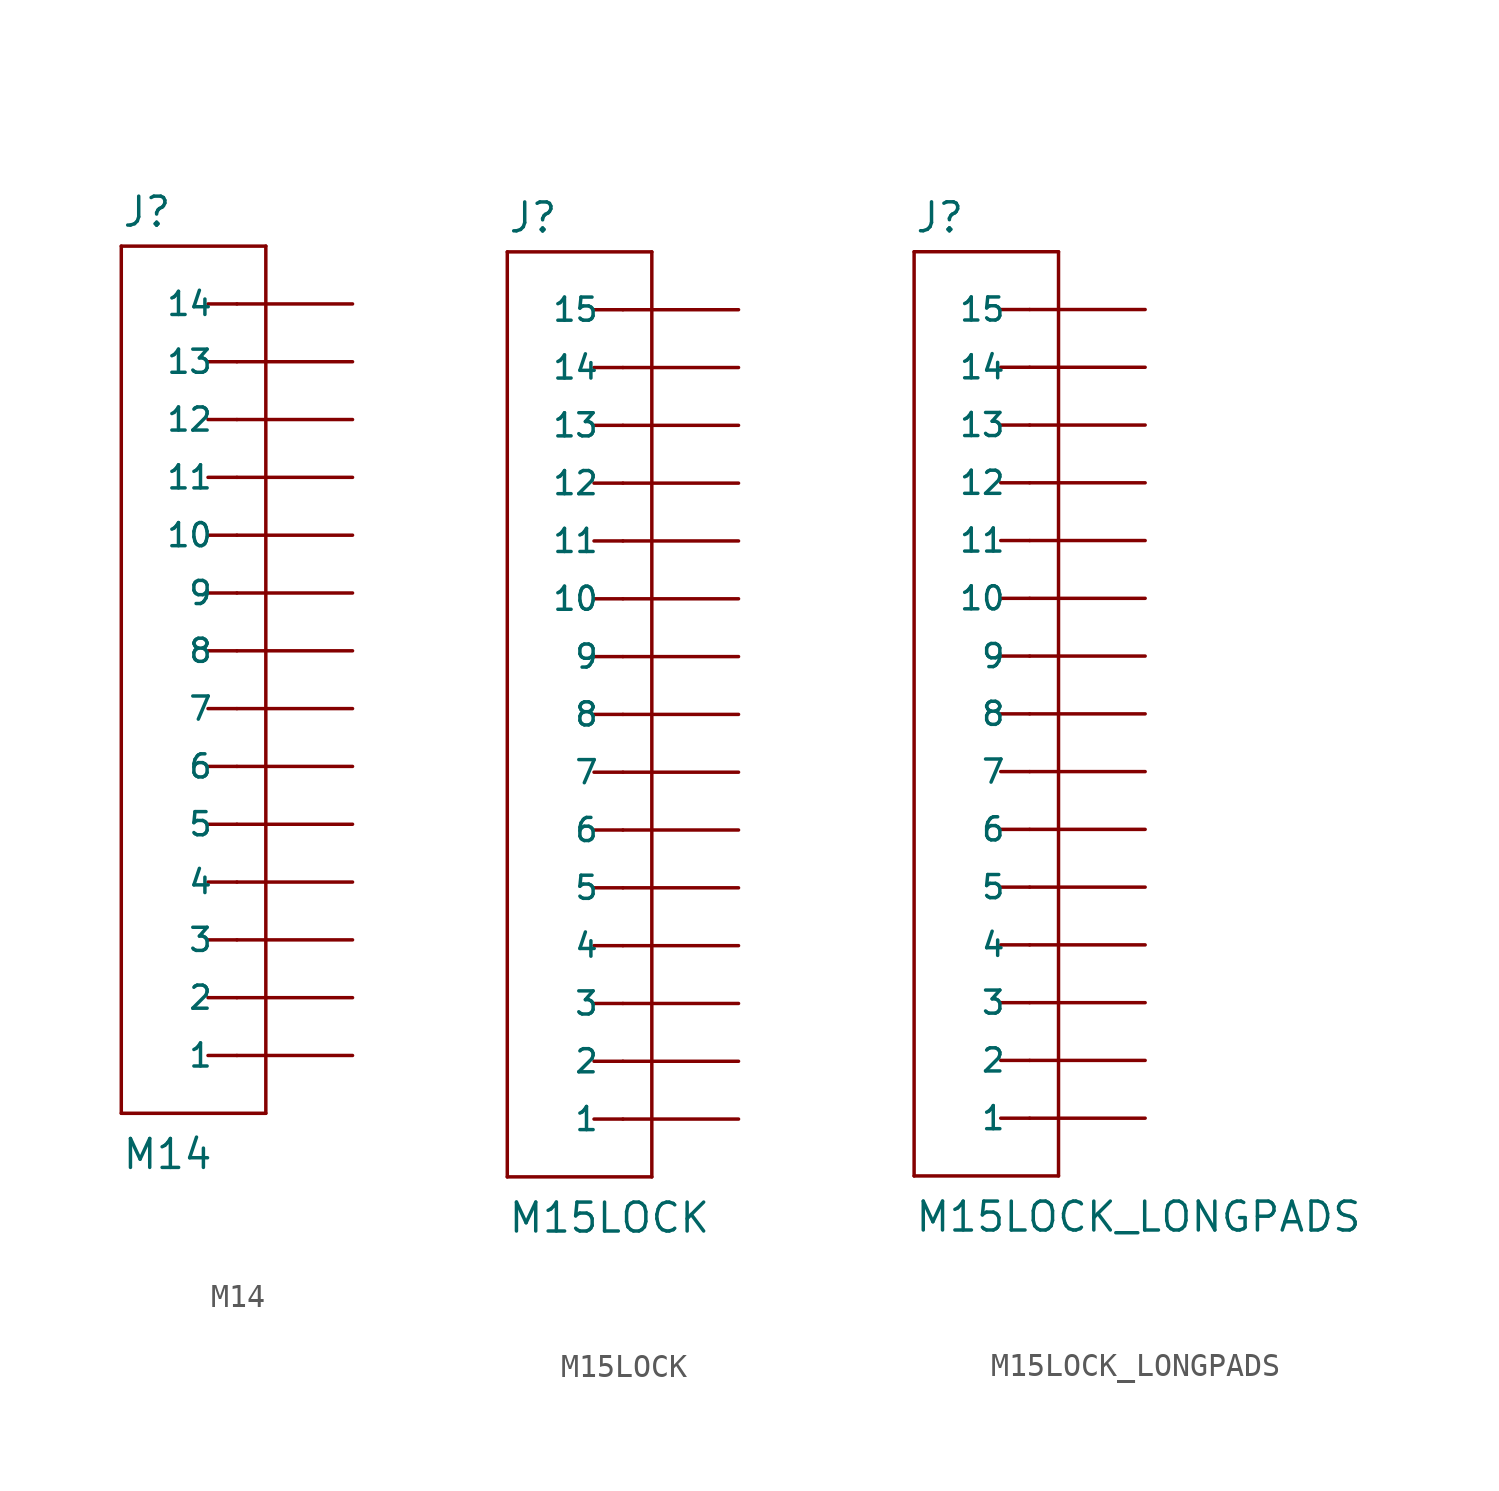
<source format=kicad_sym>
(kicad_symbol_lib
  (version 20211014)
  (generator kicad_symbol_editor)
  (symbol "M14"
    (pin_numbers hide)
    (pin_names
      (offset 1.016))
    (property "Reference" "J"
      (at 0 18.542 0)
      (effects (font (size 1.27 1.27)) (justify left bottom)))
    (property "Value" "M14"
      (at 0 -22.86 0)
      (effects (font (size 1.27 1.27)) (justify left bottom)))
    (property "Datasheet" ""
      (at 0 0 0)
      (effects (font (size 1.524 1.524))))
    (property "ki_locked" ""
      (at 0 0 0)
      (effects (font (size 1.27 1.27))))
    (symbol "M14_1_0"
      (polyline (pts (xy 0 17.78) (xy 0 -20.32)) (stroke (width 0) (type default) (color 0 0 0 0)) (fill (type none)))
      (polyline (pts (xy 0 17.78) (xy 6.35 17.78)) (stroke (width 0) (type default) (color 0 0 0 0)) (fill (type none)))
      (polyline (pts (xy 3.81 -17.78) (xy 5.08 -17.78)) (stroke (width 0) (type default) (color 0 0 0 0)) (fill (type none)))
      (polyline (pts (xy 3.81 -15.24) (xy 5.08 -15.24)) (stroke (width 0) (type default) (color 0 0 0 0)) (fill (type none)))
      (polyline (pts (xy 3.81 -12.7) (xy 5.08 -12.7)) (stroke (width 0) (type default) (color 0 0 0 0)) (fill (type none)))
      (polyline (pts (xy 3.81 -10.16) (xy 5.08 -10.16)) (stroke (width 0) (type default) (color 0 0 0 0)) (fill (type none)))
      (polyline (pts (xy 3.81 -7.62) (xy 5.08 -7.62)) (stroke (width 0) (type default) (color 0 0 0 0)) (fill (type none)))
      (polyline (pts (xy 3.81 -5.08) (xy 5.08 -5.08)) (stroke (width 0) (type default) (color 0 0 0 0)) (fill (type none)))
      (polyline (pts (xy 3.81 -2.54) (xy 5.08 -2.54)) (stroke (width 0) (type default) (color 0 0 0 0)) (fill (type none)))
      (polyline (pts (xy 3.81 0) (xy 5.08 0)) (stroke (width 0) (type default) (color 0 0 0 0)) (fill (type none)))
      (polyline (pts (xy 3.81 2.54) (xy 5.08 2.54)) (stroke (width 0) (type default) (color 0 0 0 0)) (fill (type none)))
      (polyline (pts (xy 3.81 5.08) (xy 5.08 5.08)) (stroke (width 0) (type default) (color 0 0 0 0)) (fill (type none)))
      (polyline (pts (xy 3.81 7.62) (xy 5.08 7.62)) (stroke (width 0) (type default) (color 0 0 0 0)) (fill (type none)))
      (polyline (pts (xy 3.81 10.16) (xy 5.08 10.16)) (stroke (width 0) (type default) (color 0 0 0 0)) (fill (type none)))
      (polyline (pts (xy 3.81 12.7) (xy 5.08 12.7)) (stroke (width 0) (type default) (color 0 0 0 0)) (fill (type none)))
      (polyline (pts (xy 3.81 15.24) (xy 5.08 15.24)) (stroke (width 0) (type default) (color 0 0 0 0)) (fill (type none)))
      (polyline (pts (xy 6.35 -20.32) (xy 0 -20.32)) (stroke (width 0) (type default) (color 0 0 0 0)) (fill (type none)))
      (polyline (pts (xy 6.35 -20.32) (xy 6.35 17.78)) (stroke (width 0) (type default) (color 0 0 0 0)) (fill (type none))))
    (symbol "M14_1_1"
      (pin passive line (at 10.16 -17.78 180) (length 5.08) (name "1" (effects (font (size 1.016 1.016)))) (number "1" (effects (font (size 1.016 1.016)))))
      (pin passive line (at 10.16 5.08 180) (length 5.08) (name "10" (effects (font (size 1.016 1.016)))) (number "10" (effects (font (size 1.016 1.016)))))
      (pin passive line (at 10.16 7.62 180) (length 5.08) (name "11" (effects (font (size 1.016 1.016)))) (number "11" (effects (font (size 1.016 1.016)))))
      (pin passive line (at 10.16 10.16 180) (length 5.08) (name "12" (effects (font (size 1.016 1.016)))) (number "12" (effects (font (size 1.016 1.016)))))
      (pin passive line (at 10.16 12.7 180) (length 5.08) (name "13" (effects (font (size 1.016 1.016)))) (number "13" (effects (font (size 1.016 1.016)))))
      (pin passive line (at 10.16 15.24 180) (length 5.08) (name "14" (effects (font (size 1.016 1.016)))) (number "14" (effects (font (size 1.016 1.016)))))
      (pin passive line (at 10.16 -15.24 180) (length 5.08) (name "2" (effects (font (size 1.016 1.016)))) (number "2" (effects (font (size 1.016 1.016)))))
      (pin passive line (at 10.16 -12.7 180) (length 5.08) (name "3" (effects (font (size 1.016 1.016)))) (number "3" (effects (font (size 1.016 1.016)))))
      (pin passive line (at 10.16 -10.16 180) (length 5.08) (name "4" (effects (font (size 1.016 1.016)))) (number "4" (effects (font (size 1.016 1.016)))))
      (pin passive line (at 10.16 -7.62 180) (length 5.08) (name "5" (effects (font (size 1.016 1.016)))) (number "5" (effects (font (size 1.016 1.016)))))
      (pin passive line (at 10.16 -5.08 180) (length 5.08) (name "6" (effects (font (size 1.016 1.016)))) (number "6" (effects (font (size 1.016 1.016)))))
      (pin passive line (at 10.16 -2.54 180) (length 5.08) (name "7" (effects (font (size 1.016 1.016)))) (number "7" (effects (font (size 1.016 1.016)))))
      (pin passive line (at 10.16 0 180) (length 5.08) (name "8" (effects (font (size 1.016 1.016)))) (number "8" (effects (font (size 1.016 1.016)))))
      (pin passive line (at 10.16 2.54 180) (length 5.08) (name "9" (effects (font (size 1.016 1.016)))) (number "9" (effects (font (size 1.016 1.016)))))))
  (symbol "M15LOCK"
    (pin_numbers hide)
    (pin_names
      (offset 1.016))
    (property "Reference" "J"
      (at 0 21.082 0)
      (effects (font (size 1.27 1.27)) (justify left bottom)))
    (property "Value" "M15LOCK"
      (at 0 -22.86 0)
      (effects (font (size 1.27 1.27)) (justify left bottom)))
    (property "Datasheet" ""
      (at 0 0 0)
      (effects (font (size 1.524 1.524))))
    (property "ki_locked" ""
      (at 0 0 0)
      (effects (font (size 1.27 1.27))))
    (symbol "M15LOCK_1_0"
      (polyline (pts (xy 0 20.32) (xy 0 -20.32)) (stroke (width 0) (type default) (color 0 0 0 0)) (fill (type none)))
      (polyline (pts (xy 0 20.32) (xy 6.35 20.32)) (stroke (width 0) (type default) (color 0 0 0 0)) (fill (type none)))
      (polyline (pts (xy 3.81 -17.78) (xy 5.08 -17.78)) (stroke (width 0) (type default) (color 0 0 0 0)) (fill (type none)))
      (polyline (pts (xy 3.81 -15.24) (xy 5.08 -15.24)) (stroke (width 0) (type default) (color 0 0 0 0)) (fill (type none)))
      (polyline (pts (xy 3.81 -12.7) (xy 5.08 -12.7)) (stroke (width 0) (type default) (color 0 0 0 0)) (fill (type none)))
      (polyline (pts (xy 3.81 -10.16) (xy 5.08 -10.16)) (stroke (width 0) (type default) (color 0 0 0 0)) (fill (type none)))
      (polyline (pts (xy 3.81 -7.62) (xy 5.08 -7.62)) (stroke (width 0) (type default) (color 0 0 0 0)) (fill (type none)))
      (polyline (pts (xy 3.81 -5.08) (xy 5.08 -5.08)) (stroke (width 0) (type default) (color 0 0 0 0)) (fill (type none)))
      (polyline (pts (xy 3.81 -2.54) (xy 5.08 -2.54)) (stroke (width 0) (type default) (color 0 0 0 0)) (fill (type none)))
      (polyline (pts (xy 3.81 0) (xy 5.08 0)) (stroke (width 0) (type default) (color 0 0 0 0)) (fill (type none)))
      (polyline (pts (xy 3.81 2.54) (xy 5.08 2.54)) (stroke (width 0) (type default) (color 0 0 0 0)) (fill (type none)))
      (polyline (pts (xy 3.81 5.08) (xy 5.08 5.08)) (stroke (width 0) (type default) (color 0 0 0 0)) (fill (type none)))
      (polyline (pts (xy 3.81 7.62) (xy 5.08 7.62)) (stroke (width 0) (type default) (color 0 0 0 0)) (fill (type none)))
      (polyline (pts (xy 3.81 10.16) (xy 5.08 10.16)) (stroke (width 0) (type default) (color 0 0 0 0)) (fill (type none)))
      (polyline (pts (xy 3.81 12.7) (xy 5.08 12.7)) (stroke (width 0) (type default) (color 0 0 0 0)) (fill (type none)))
      (polyline (pts (xy 3.81 15.24) (xy 5.08 15.24)) (stroke (width 0) (type default) (color 0 0 0 0)) (fill (type none)))
      (polyline (pts (xy 3.81 17.78) (xy 5.08 17.78)) (stroke (width 0) (type default) (color 0 0 0 0)) (fill (type none)))
      (polyline (pts (xy 6.35 -20.32) (xy 0 -20.32)) (stroke (width 0) (type default) (color 0 0 0 0)) (fill (type none)))
      (polyline (pts (xy 6.35 -20.32) (xy 6.35 20.32)) (stroke (width 0) (type default) (color 0 0 0 0)) (fill (type none))))
    (symbol "M15LOCK_1_1"
      (pin passive line (at 10.16 -17.78 180) (length 5.08) (name "1" (effects (font (size 1.016 1.016)))) (number "1" (effects (font (size 1.016 1.016)))))
      (pin passive line (at 10.16 5.08 180) (length 5.08) (name "10" (effects (font (size 1.016 1.016)))) (number "10" (effects (font (size 1.016 1.016)))))
      (pin passive line (at 10.16 7.62 180) (length 5.08) (name "11" (effects (font (size 1.016 1.016)))) (number "11" (effects (font (size 1.016 1.016)))))
      (pin passive line (at 10.16 10.16 180) (length 5.08) (name "12" (effects (font (size 1.016 1.016)))) (number "12" (effects (font (size 1.016 1.016)))))
      (pin passive line (at 10.16 12.7 180) (length 5.08) (name "13" (effects (font (size 1.016 1.016)))) (number "13" (effects (font (size 1.016 1.016)))))
      (pin passive line (at 10.16 15.24 180) (length 5.08) (name "14" (effects (font (size 1.016 1.016)))) (number "14" (effects (font (size 1.016 1.016)))))
      (pin passive line (at 10.16 17.78 180) (length 5.08) (name "15" (effects (font (size 1.016 1.016)))) (number "15" (effects (font (size 1.016 1.016)))))
      (pin passive line (at 10.16 -15.24 180) (length 5.08) (name "2" (effects (font (size 1.016 1.016)))) (number "2" (effects (font (size 1.016 1.016)))))
      (pin passive line (at 10.16 -12.7 180) (length 5.08) (name "3" (effects (font (size 1.016 1.016)))) (number "3" (effects (font (size 1.016 1.016)))))
      (pin passive line (at 10.16 -10.16 180) (length 5.08) (name "4" (effects (font (size 1.016 1.016)))) (number "4" (effects (font (size 1.016 1.016)))))
      (pin passive line (at 10.16 -7.62 180) (length 5.08) (name "5" (effects (font (size 1.016 1.016)))) (number "5" (effects (font (size 1.016 1.016)))))
      (pin passive line (at 10.16 -5.08 180) (length 5.08) (name "6" (effects (font (size 1.016 1.016)))) (number "6" (effects (font (size 1.016 1.016)))))
      (pin passive line (at 10.16 -2.54 180) (length 5.08) (name "7" (effects (font (size 1.016 1.016)))) (number "7" (effects (font (size 1.016 1.016)))))
      (pin passive line (at 10.16 0 180) (length 5.08) (name "8" (effects (font (size 1.016 1.016)))) (number "8" (effects (font (size 1.016 1.016)))))
      (pin passive line (at 10.16 2.54 180) (length 5.08) (name "9" (effects (font (size 1.016 1.016)))) (number "9" (effects (font (size 1.016 1.016)))))))
  (symbol "M15LOCK_LONGPADS"
    (pin_numbers hide)
    (pin_names
      (offset 1.016))
    (property "Reference" "J"
      (at 0 21.082 0)
      (effects (font (size 1.27 1.27)) (justify left bottom)))
    (property "Value" "M15LOCK_LONGPADS"
      (at 0 -22.86 0)
      (effects (font (size 1.27 1.27)) (justify left bottom)))
    (property "Datasheet" ""
      (at 0 0 0)
      (effects (font (size 1.524 1.524))))
    (property "ki_locked" ""
      (at 0 0 0)
      (effects (font (size 1.27 1.27))))
    (symbol "M15LOCK_LONGPADS_1_0"
      (polyline (pts (xy 0 20.32) (xy 0 -20.32)) (stroke (width 0) (type default) (color 0 0 0 0)) (fill (type none)))
      (polyline (pts (xy 0 20.32) (xy 6.35 20.32)) (stroke (width 0) (type default) (color 0 0 0 0)) (fill (type none)))
      (polyline (pts (xy 3.81 -17.78) (xy 5.08 -17.78)) (stroke (width 0) (type default) (color 0 0 0 0)) (fill (type none)))
      (polyline (pts (xy 3.81 -15.24) (xy 5.08 -15.24)) (stroke (width 0) (type default) (color 0 0 0 0)) (fill (type none)))
      (polyline (pts (xy 3.81 -12.7) (xy 5.08 -12.7)) (stroke (width 0) (type default) (color 0 0 0 0)) (fill (type none)))
      (polyline (pts (xy 3.81 -10.16) (xy 5.08 -10.16)) (stroke (width 0) (type default) (color 0 0 0 0)) (fill (type none)))
      (polyline (pts (xy 3.81 -7.62) (xy 5.08 -7.62)) (stroke (width 0) (type default) (color 0 0 0 0)) (fill (type none)))
      (polyline (pts (xy 3.81 -5.08) (xy 5.08 -5.08)) (stroke (width 0) (type default) (color 0 0 0 0)) (fill (type none)))
      (polyline (pts (xy 3.81 -2.54) (xy 5.08 -2.54)) (stroke (width 0) (type default) (color 0 0 0 0)) (fill (type none)))
      (polyline (pts (xy 3.81 0) (xy 5.08 0)) (stroke (width 0) (type default) (color 0 0 0 0)) (fill (type none)))
      (polyline (pts (xy 3.81 2.54) (xy 5.08 2.54)) (stroke (width 0) (type default) (color 0 0 0 0)) (fill (type none)))
      (polyline (pts (xy 3.81 5.08) (xy 5.08 5.08)) (stroke (width 0) (type default) (color 0 0 0 0)) (fill (type none)))
      (polyline (pts (xy 3.81 7.62) (xy 5.08 7.62)) (stroke (width 0) (type default) (color 0 0 0 0)) (fill (type none)))
      (polyline (pts (xy 3.81 10.16) (xy 5.08 10.16)) (stroke (width 0) (type default) (color 0 0 0 0)) (fill (type none)))
      (polyline (pts (xy 3.81 12.7) (xy 5.08 12.7)) (stroke (width 0) (type default) (color 0 0 0 0)) (fill (type none)))
      (polyline (pts (xy 3.81 15.24) (xy 5.08 15.24)) (stroke (width 0) (type default) (color 0 0 0 0)) (fill (type none)))
      (polyline (pts (xy 3.81 17.78) (xy 5.08 17.78)) (stroke (width 0) (type default) (color 0 0 0 0)) (fill (type none)))
      (polyline (pts (xy 6.35 -20.32) (xy 0 -20.32)) (stroke (width 0) (type default) (color 0 0 0 0)) (fill (type none)))
      (polyline (pts (xy 6.35 -20.32) (xy 6.35 20.32)) (stroke (width 0) (type default) (color 0 0 0 0)) (fill (type none))))
    (symbol "M15LOCK_LONGPADS_1_1"
      (pin passive line (at 10.16 -17.78 180) (length 5.08) (name "1" (effects (font (size 1.016 1.016)))) (number "1" (effects (font (size 1.016 1.016)))))
      (pin passive line (at 10.16 5.08 180) (length 5.08) (name "10" (effects (font (size 1.016 1.016)))) (number "10" (effects (font (size 1.016 1.016)))))
      (pin passive line (at 10.16 7.62 180) (length 5.08) (name "11" (effects (font (size 1.016 1.016)))) (number "11" (effects (font (size 1.016 1.016)))))
      (pin passive line (at 10.16 10.16 180) (length 5.08) (name "12" (effects (font (size 1.016 1.016)))) (number "12" (effects (font (size 1.016 1.016)))))
      (pin passive line (at 10.16 12.7 180) (length 5.08) (name "13" (effects (font (size 1.016 1.016)))) (number "13" (effects (font (size 1.016 1.016)))))
      (pin passive line (at 10.16 15.24 180) (length 5.08) (name "14" (effects (font (size 1.016 1.016)))) (number "14" (effects (font (size 1.016 1.016)))))
      (pin passive line (at 10.16 17.78 180) (length 5.08) (name "15" (effects (font (size 1.016 1.016)))) (number "15" (effects (font (size 1.016 1.016)))))
      (pin passive line (at 10.16 -15.24 180) (length 5.08) (name "2" (effects (font (size 1.016 1.016)))) (number "2" (effects (font (size 1.016 1.016)))))
      (pin passive line (at 10.16 -12.7 180) (length 5.08) (name "3" (effects (font (size 1.016 1.016)))) (number "3" (effects (font (size 1.016 1.016)))))
      (pin passive line (at 10.16 -10.16 180) (length 5.08) (name "4" (effects (font (size 1.016 1.016)))) (number "4" (effects (font (size 1.016 1.016)))))
      (pin passive line (at 10.16 -7.62 180) (length 5.08) (name "5" (effects (font (size 1.016 1.016)))) (number "5" (effects (font (size 1.016 1.016)))))
      (pin passive line (at 10.16 -5.08 180) (length 5.08) (name "6" (effects (font (size 1.016 1.016)))) (number "6" (effects (font (size 1.016 1.016)))))
      (pin passive line (at 10.16 -2.54 180) (length 5.08) (name "7" (effects (font (size 1.016 1.016)))) (number "7" (effects (font (size 1.016 1.016)))))
      (pin passive line (at 10.16 0 180) (length 5.08) (name "8" (effects (font (size 1.016 1.016)))) (number "8" (effects (font (size 1.016 1.016)))))
      (pin passive line (at 10.16 2.54 180) (length 5.08) (name "9" (effects (font (size 1.016 1.016)))) (number "9" (effects (font (size 1.016 1.016))))))))
</source>
